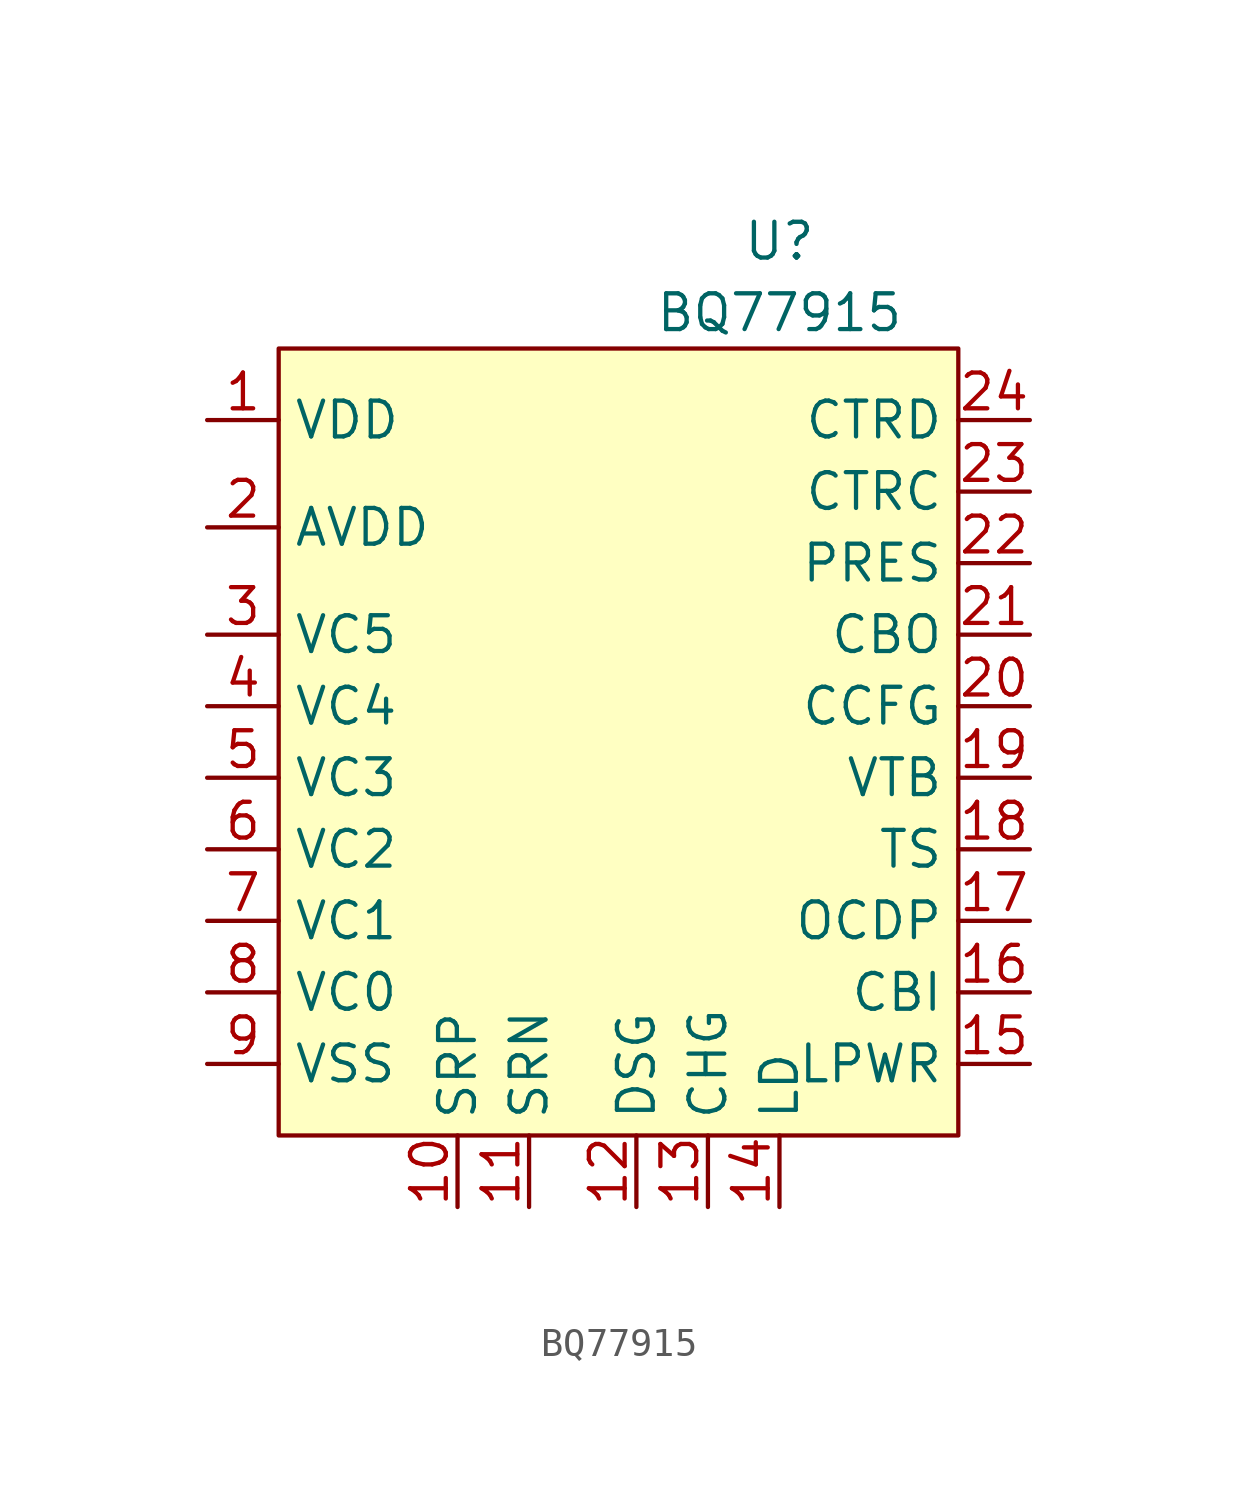
<source format=kicad_sym>
(kicad_symbol_lib
  (version 20220914)
  (generator kicad_symbol_editor)
  (symbol "BQ77915"
    (property "Reference" "U"
      (at 3.81 3.81 0)
      (effects (font (size 1.27 1.27))))
    (property "Value" "BQ77915"
      (at 3.81 1.27 0)
      (effects (font (size 1.27 1.27))))
    (symbol "BQ77915_0_1"
      (rectangle (start -13.97 0) (end 10.16 -27.94) (stroke (width 0.152) (type default)) (fill (type background))))
    (symbol "BQ77915_1_1"
      (pin power_in line (at -16.51 -2.54 0) (length 2.54) (name "VDD" (effects (font (size 1.27 1.27)))) (number "1" (effects (font (size 1.27 1.27)))))
      (pin input line (at -7.62 -30.48 90) (length 2.54) (name "SRP" (effects (font (size 1.27 1.27)))) (number "10" (effects (font (size 1.27 1.27)))))
      (pin input line (at -5.08 -30.48 90) (length 2.54) (name "SRN" (effects (font (size 1.27 1.27)))) (number "11" (effects (font (size 1.27 1.27)))))
      (pin output line (at -1.27 -30.48 90) (length 2.54) (name "DSG" (effects (font (size 1.27 1.27)))) (number "12" (effects (font (size 1.27 1.27)))))
      (pin output line (at 1.27 -30.48 90) (length 2.54) (name "CHG" (effects (font (size 1.27 1.27)))) (number "13" (effects (font (size 1.27 1.27)))))
      (pin input line (at 3.81 -30.48 90) (length 2.54) (name "LD" (effects (font (size 1.27 1.27)))) (number "14" (effects (font (size 1.27 1.27)))))
      (pin output line (at 12.7 -25.4 180) (length 2.54) (name "LPWR" (effects (font (size 1.27 1.27)))) (number "15" (effects (font (size 1.27 1.27)))))
      (pin input line (at 12.7 -22.86 180) (length 2.54) (name "CBI" (effects (font (size 1.27 1.27)))) (number "16" (effects (font (size 1.27 1.27)))))
      (pin input line (at 12.7 -20.32 180) (length 2.54) (name "OCDP" (effects (font (size 1.27 1.27)))) (number "17" (effects (font (size 1.27 1.27)))))
      (pin input line (at 12.7 -17.78 180) (length 2.54) (name "TS" (effects (font (size 1.27 1.27)))) (number "18" (effects (font (size 1.27 1.27)))))
      (pin output line (at 12.7 -15.24 180) (length 2.54) (name "VTB" (effects (font (size 1.27 1.27)))) (number "19" (effects (font (size 1.27 1.27)))))
      (pin power_out line (at -16.51 -6.35 0) (length 2.54) (name "AVDD" (effects (font (size 1.27 1.27)))) (number "2" (effects (font (size 1.27 1.27)))))
      (pin input line (at 12.7 -12.7 180) (length 2.54) (name "CCFG" (effects (font (size 1.27 1.27)))) (number "20" (effects (font (size 1.27 1.27)))))
      (pin output line (at 12.7 -10.16 180) (length 2.54) (name "CBO" (effects (font (size 1.27 1.27)))) (number "21" (effects (font (size 1.27 1.27)))))
      (pin input line (at 12.7 -7.62 180) (length 2.54) (name "PRES" (effects (font (size 1.27 1.27)))) (number "22" (effects (font (size 1.27 1.27)))))
      (pin input line (at 12.7 -5.08 180) (length 2.54) (name "CTRC" (effects (font (size 1.27 1.27)))) (number "23" (effects (font (size 1.27 1.27)))))
      (pin input line (at 12.7 -2.54 180) (length 2.54) (name "CTRD" (effects (font (size 1.27 1.27)))) (number "24" (effects (font (size 1.27 1.27)))))
      (pin input line (at -16.51 -10.16 0) (length 2.54) (name "VC5" (effects (font (size 1.27 1.27)))) (number "3" (effects (font (size 1.27 1.27)))))
      (pin input line (at -16.51 -12.7 0) (length 2.54) (name "VC4" (effects (font (size 1.27 1.27)))) (number "4" (effects (font (size 1.27 1.27)))))
      (pin input line (at -16.51 -15.24 0) (length 2.54) (name "VC3" (effects (font (size 1.27 1.27)))) (number "5" (effects (font (size 1.27 1.27)))))
      (pin input line (at -16.51 -17.78 0) (length 2.54) (name "VC2" (effects (font (size 1.27 1.27)))) (number "6" (effects (font (size 1.27 1.27)))))
      (pin input line (at -16.51 -20.32 0) (length 2.54) (name "VC1" (effects (font (size 1.27 1.27)))) (number "7" (effects (font (size 1.27 1.27)))))
      (pin input line (at -16.51 -22.86 0) (length 2.54) (name "VC0" (effects (font (size 1.27 1.27)))) (number "8" (effects (font (size 1.27 1.27)))))
      (pin power_in line (at -16.51 -25.4 0) (length 2.54) (name "VSS" (effects (font (size 1.27 1.27)))) (number "9" (effects (font (size 1.27 1.27))))))))
</source>
